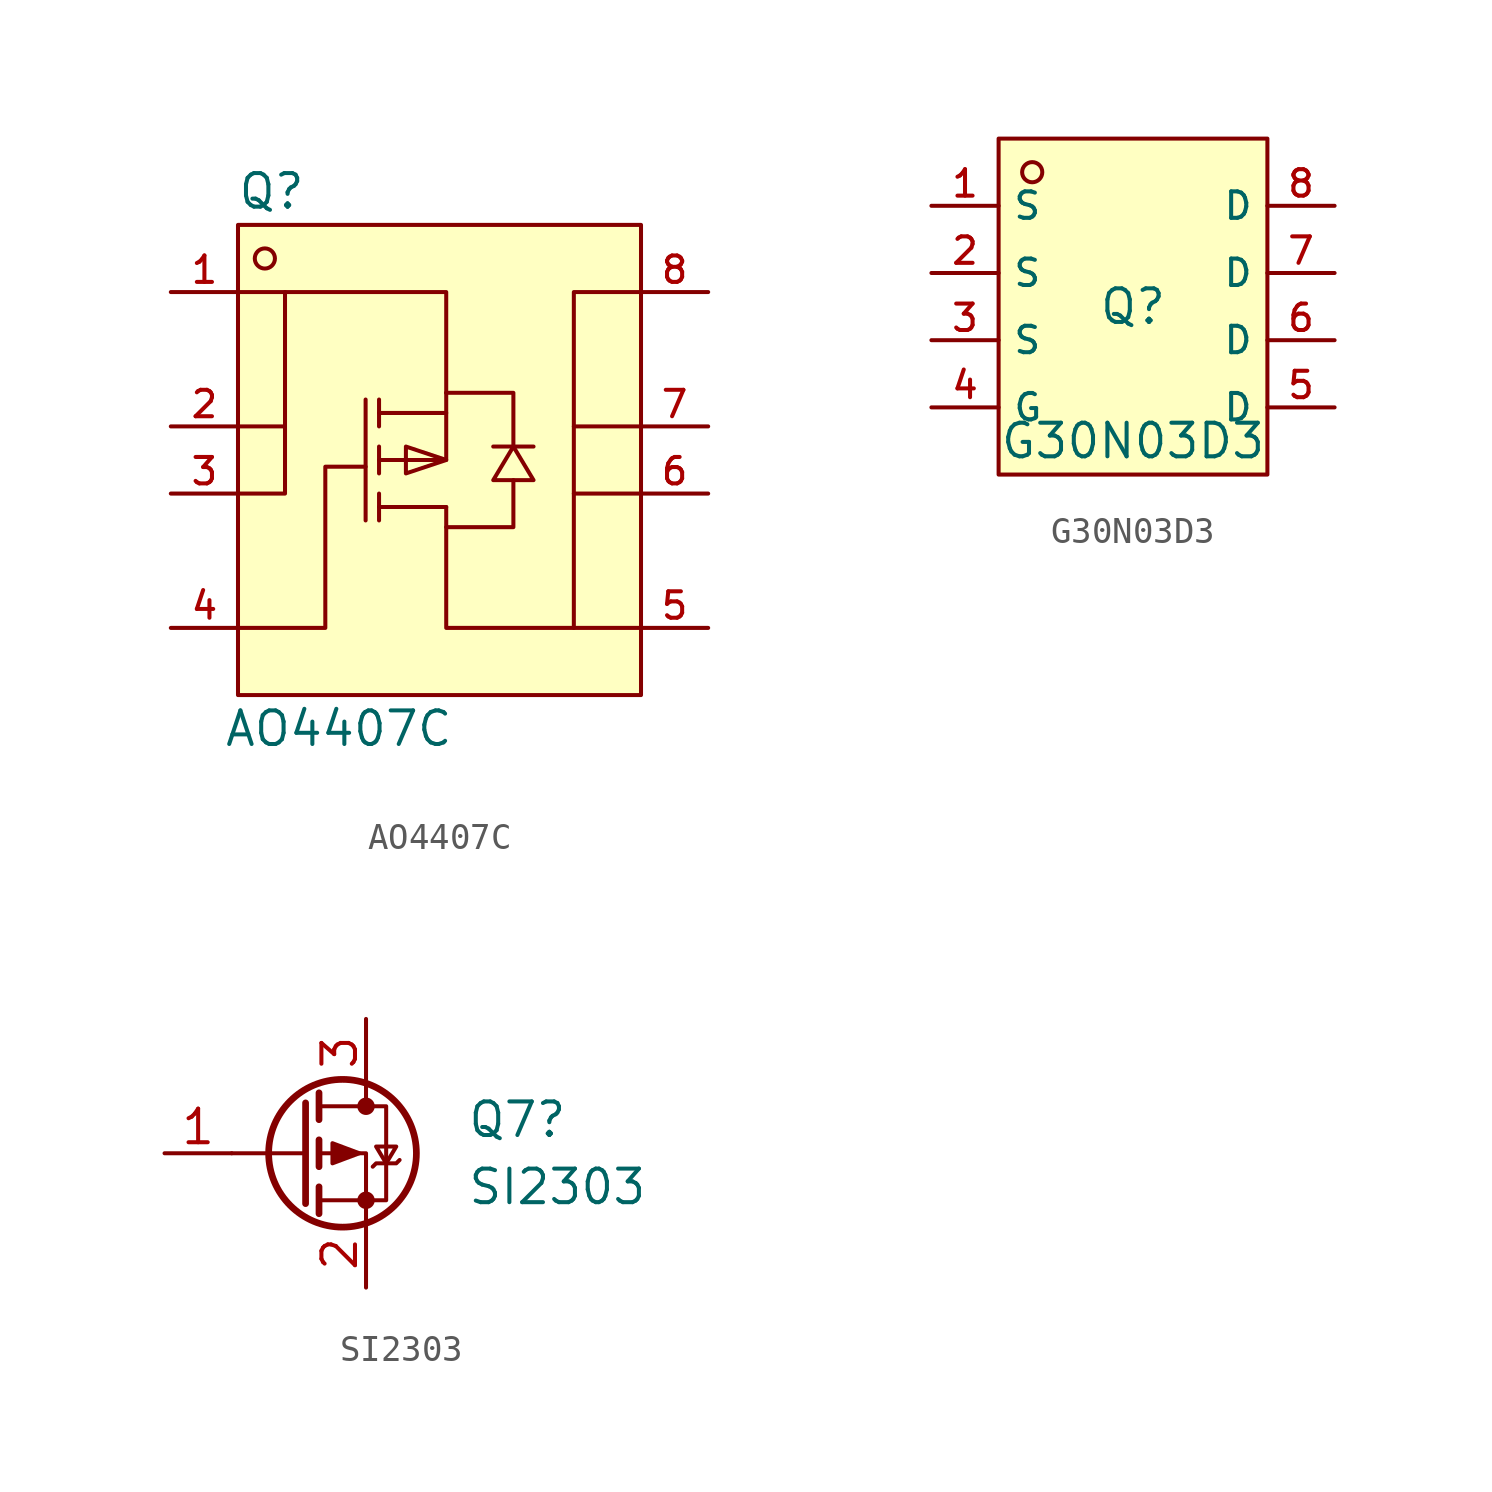
<source format=kicad_sym>
(kicad_symbol_lib
  (version 20220914)
  (generator kicad_symbol_editor)
  (symbol "AO4407C"
    (pin_names hide)
    (property "Reference" "Q"
      (at -6.35 8.89 0)
      (effects (font (size 1.27 1.27))))
    (property "Value" "AO4407C"
      (at -3.81 -11.43 0)
      (effects (font (size 1.27 1.27))))
    (symbol "AO4407C_0_1"
      (rectangle (start -7.62 7.62) (end 7.62 -10.16) (stroke (width 0) (type default)) (fill (type background)))
      (circle (center -6.604 6.35) (radius 0.381) (stroke (width 0) (type default)) (fill (type background)))
      (polyline (pts (xy -7.62 0) (xy -5.842 0)) (stroke (width 0) (type default)) (fill (type none)))
      (polyline (pts (xy -5.842 5.08) (xy -7.62 5.08)) (stroke (width 0) (type default)) (fill (type none)))
      (polyline (pts (xy -2.794 -3.556) (xy -2.794 1.016)) (stroke (width 0) (type default)) (fill (type none)))
      (polyline (pts (xy -2.286 -2.54) (xy -2.286 -3.556)) (stroke (width 0) (type default)) (fill (type none)))
      (polyline (pts (xy -2.286 -0.762) (xy -2.286 -1.778)) (stroke (width 0) (type default)) (fill (type none)))
      (polyline (pts (xy -2.286 1.016) (xy -2.286 0)) (stroke (width 0) (type default)) (fill (type none)))
      (polyline (pts (xy 0.254 -3.048) (xy -2.286 -3.048)) (stroke (width 0) (type default)) (fill (type none)))
      (polyline (pts (xy 0.254 0.508) (xy -2.286 0.508)) (stroke (width 0) (type default)) (fill (type none)))
      (polyline (pts (xy 7.62 -2.54) (xy 5.08 -2.54)) (stroke (width 0) (type default)) (fill (type none)))
      (polyline (pts (xy 7.62 0) (xy 5.08 0)) (stroke (width 0) (type default)) (fill (type none)))
      (polyline (pts (xy -2.286 -1.27) (xy 0.254 -1.27) (xy 0.254 1.27)) (stroke (width 0) (type default)) (fill (type none)))
      (polyline (pts (xy 0.254 -3.81) (xy 0.254 -7.62) (xy 7.62 -7.62)) (stroke (width 0) (type default)) (fill (type none)))
      (polyline (pts (xy 0.254 1.27) (xy 2.794 1.27) (xy 2.794 -0.762)) (stroke (width 0) (type default)) (fill (type none)))
      (polyline (pts (xy 5.08 -7.62) (xy 5.08 5.08) (xy 7.62 5.08)) (stroke (width 0) (type default)) (fill (type none)))
      (polyline (pts (xy -2.794 -1.524) (xy -4.318 -1.524) (xy -4.318 -7.62) (xy -7.62 -7.62)) (stroke (width 0) (type default)) (fill (type none)))
      (polyline (pts (xy 0.254 -3.048) (xy 0.254 -3.81) (xy 2.794 -3.81) (xy 2.794 -2.032)) (stroke (width 0) (type default)) (fill (type none)))
      (polyline (pts (xy 0.254 -1.27) (xy -1.27 -1.778) (xy -1.27 -0.762) (xy 0.254 -1.27)) (stroke (width 0) (type default)) (fill (type background)))
      (polyline (pts (xy 2.794 -0.762) (xy 3.556 -2.032) (xy 2.032 -2.032) (xy 2.794 -0.762)) (stroke (width 0) (type default)) (fill (type background)))
      (polyline (pts (xy 3.556 -0.762) (xy 3.302 -0.762) (xy 2.286 -0.762) (xy 2.032 -0.762)) (stroke (width 0) (type default)) (fill (type none)))
      (polyline (pts (xy 0.254 1.27) (xy 0.254 5.08) (xy -5.842 5.08) (xy -5.842 -2.54) (xy -7.62 -2.54)) (stroke (width 0) (type default)) (fill (type none)))
      (pin unspecified line (at -10.16 5.08 0) (length 2.54) (name "S" (effects (font (size 1 1)))) (number "1" (effects (font (size 1 1)))))
      (pin unspecified line (at -10.16 0 0) (length 2.54) (name "S" (effects (font (size 1 1)))) (number "2" (effects (font (size 1 1)))))
      (pin unspecified line (at -10.16 -2.54 0) (length 2.54) (name "S" (effects (font (size 1 1)))) (number "3" (effects (font (size 1 1)))))
      (pin unspecified line (at -10.16 -7.62 0) (length 2.54) (name "G" (effects (font (size 1 1)))) (number "4" (effects (font (size 1 1)))))
      (pin unspecified line (at 10.16 -7.62 180) (length 2.54) (name "D" (effects (font (size 1 1)))) (number "5" (effects (font (size 1 1)))))
      (pin unspecified line (at 10.16 -2.54 180) (length 2.54) (name "D" (effects (font (size 1 1)))) (number "6" (effects (font (size 1 1)))))
      (pin unspecified line (at 10.16 0 180) (length 2.54) (name "D" (effects (font (size 1 1)))) (number "7" (effects (font (size 1 1)))))
      (pin unspecified line (at 10.16 5.08 180) (length 2.54) (name "D" (effects (font (size 1 1)))) (number "8" (effects (font (size 1 1)))))))
  (symbol "G30N03D3"
    (property "Reference" "Q"
      (at 0 1.27 0)
      (effects (font (size 1.27 1.27))))
    (property "Value" "G30N03D3"
      (at 0 -3.81 0)
      (effects (font (size 1.27 1.27))))
    (symbol "G30N03D3_0_1"
      (rectangle (start -5.08 7.62) (end 5.08 -5.08) (stroke (width 0) (type default)) (fill (type background)))
      (circle (center -3.81 6.35) (radius 0.381) (stroke (width 0) (type default)) (fill (type background)))
      (pin unspecified line (at -7.62 5.08 0) (length 2.54) (name "S" (effects (font (size 1 1)))) (number "1" (effects (font (size 1 1)))))
      (pin unspecified line (at -7.62 2.54 0) (length 2.54) (name "S" (effects (font (size 1 1)))) (number "2" (effects (font (size 1 1)))))
      (pin unspecified line (at -7.62 0 0) (length 2.54) (name "S" (effects (font (size 1 1)))) (number "3" (effects (font (size 1 1)))))
      (pin unspecified line (at -7.62 -2.54 0) (length 2.54) (name "G" (effects (font (size 1 1)))) (number "4" (effects (font (size 1 1)))))
      (pin unspecified line (at 7.62 -2.54 180) (length 2.54) (name "D" (effects (font (size 1 1)))) (number "5" (effects (font (size 1 1)))))
      (pin unspecified line (at 7.62 0 180) (length 2.54) (name "D" (effects (font (size 1 1)))) (number "6" (effects (font (size 1 1)))))
      (pin unspecified line (at 7.62 2.54 180) (length 2.54) (name "D" (effects (font (size 1 1)))) (number "7" (effects (font (size 1 1)))))
      (pin unspecified line (at 7.62 5.08 180) (length 2.54) (name "D" (effects (font (size 1 1)))) (number "8" (effects (font (size 1 1)))))))
  (symbol "SI2303"
    (pin_names
      (offset 0) hide)
    (property "Reference" "Q7"
      (at 6.35 1.27 0)
      (effects (font (size 1.27 1.27)) (justify left)))
    (property "Value" "SI2303"
      (at 6.35 -1.27 0)
      (effects (font (size 1.27 1.27)) (justify left)))
    (symbol "SI2303_0_1"
      (polyline (pts (xy 0.254 0) (xy -2.54 0)) (stroke (width 0) (type default)) (fill (type none)))
      (polyline (pts (xy 0.254 1.905) (xy 0.254 -1.905)) (stroke (width 0.254) (type default)) (fill (type none)))
      (polyline (pts (xy 0.762 -1.27) (xy 0.762 -2.286)) (stroke (width 0.254) (type default)) (fill (type none)))
      (polyline (pts (xy 0.762 0.508) (xy 0.762 -0.508)) (stroke (width 0.254) (type default)) (fill (type none)))
      (polyline (pts (xy 0.762 2.286) (xy 0.762 1.27)) (stroke (width 0.254) (type default)) (fill (type none)))
      (polyline (pts (xy 2.54 2.54) (xy 2.54 1.778)) (stroke (width 0) (type default)) (fill (type none)))
      (polyline (pts (xy 2.54 -2.54) (xy 2.54 0) (xy 0.762 0)) (stroke (width 0) (type default)) (fill (type none)))
      (polyline (pts (xy 0.762 1.778) (xy 3.302 1.778) (xy 3.302 -1.778) (xy 0.762 -1.778)) (stroke (width 0) (type default)) (fill (type none)))
      (polyline (pts (xy 2.286 0) (xy 1.27 0.381) (xy 1.27 -0.381) (xy 2.286 0)) (stroke (width 0) (type default)) (fill (type outline)))
      (polyline (pts (xy 2.794 -0.508) (xy 2.921 -0.381) (xy 3.683 -0.381) (xy 3.81 -0.254)) (stroke (width 0) (type default)) (fill (type none)))
      (polyline (pts (xy 3.302 -0.381) (xy 2.921 0.254) (xy 3.683 0.254) (xy 3.302 -0.381)) (stroke (width 0) (type default)) (fill (type none)))
      (circle (center 1.651 0) (radius 2.794) (stroke (width 0.254) (type default)) (fill (type none)))
      (circle (center 2.54 -1.778) (radius 0.254) (stroke (width 0) (type default)) (fill (type outline)))
      (circle (center 2.54 1.778) (radius 0.254) (stroke (width 0) (type default)) (fill (type outline))))
    (symbol "SI2303_1_1"
      (pin input line (at -5.08 0 0) (length 2.54) (name "G" (effects (font (size 1.27 1.27)))) (number "1" (effects (font (size 1.27 1.27)))))
      (pin passive line (at 2.54 -5.08 90) (length 2.54) (name "S" (effects (font (size 1.27 1.27)))) (number "2" (effects (font (size 1.27 1.27)))))
      (pin passive line (at 2.54 5.08 270) (length 2.54) (name "D" (effects (font (size 1.27 1.27)))) (number "3" (effects (font (size 1.27 1.27))))))))
</source>
